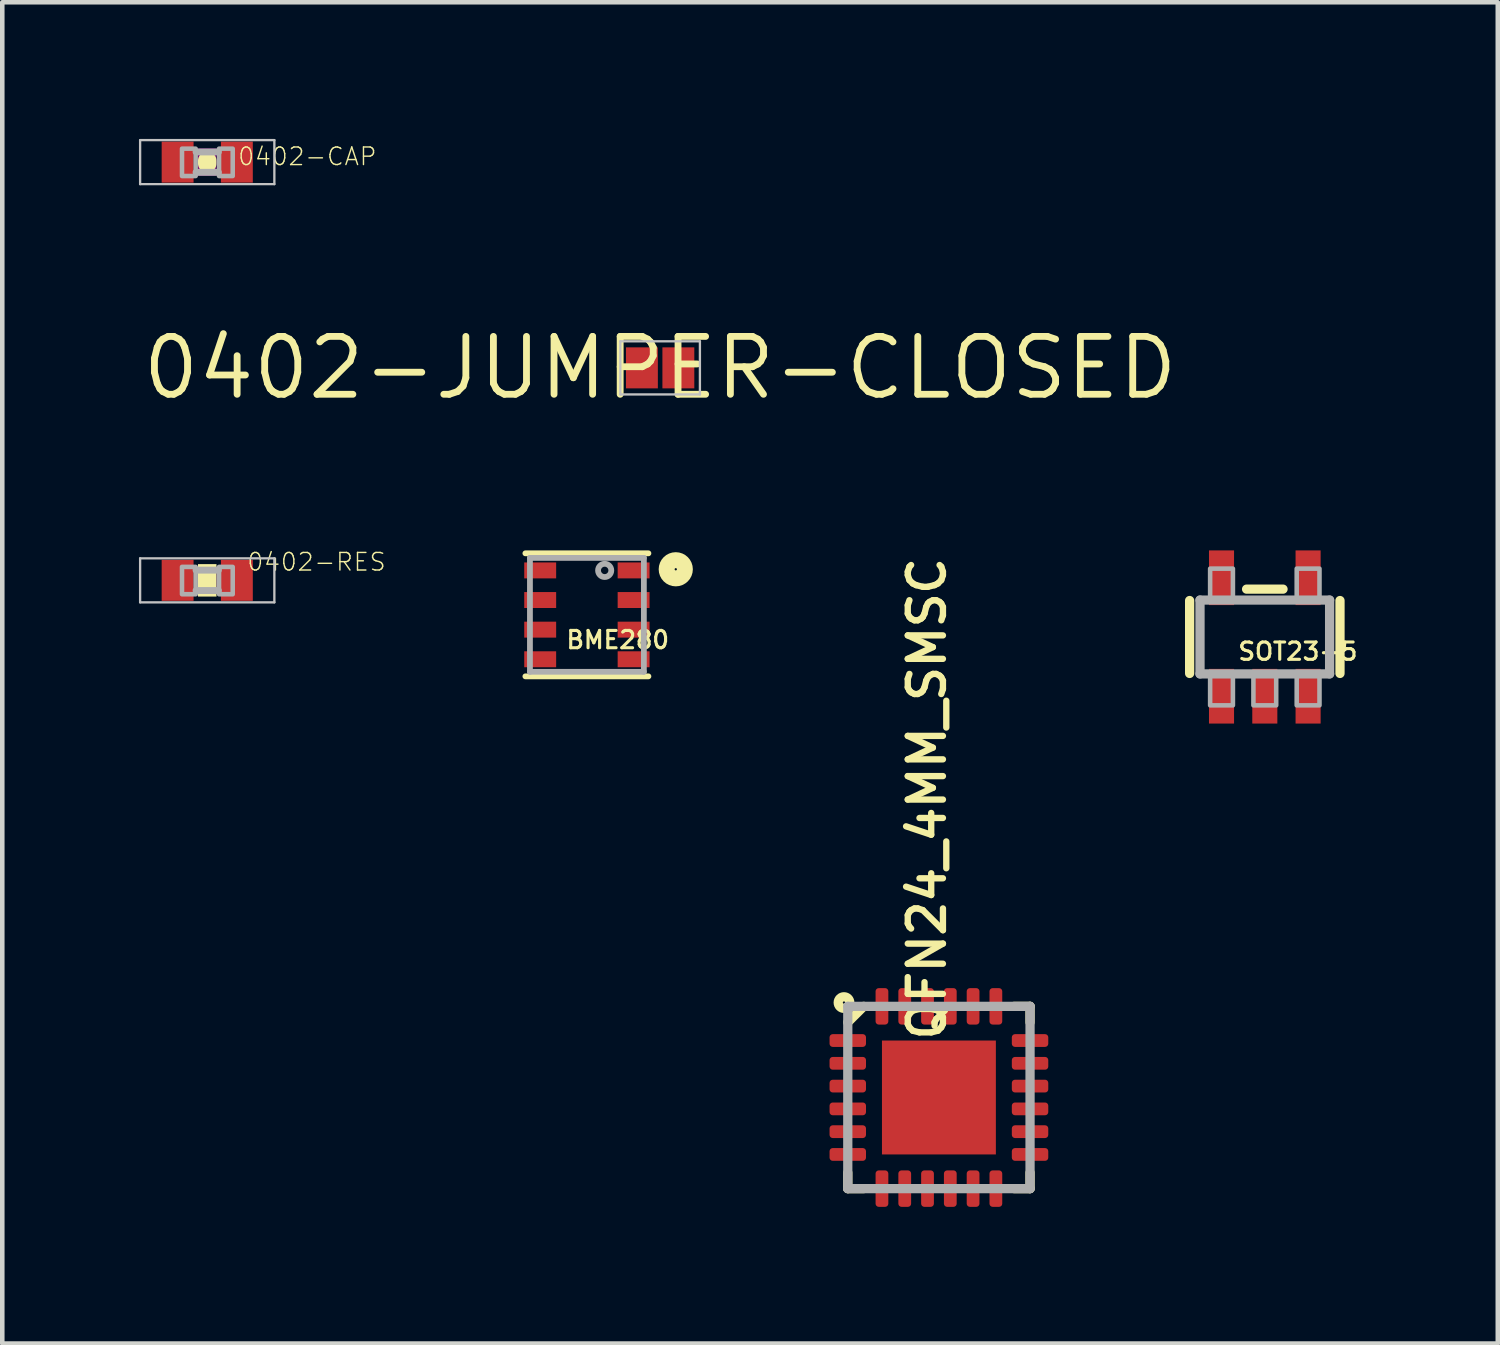
<source format=kicad_pcb>
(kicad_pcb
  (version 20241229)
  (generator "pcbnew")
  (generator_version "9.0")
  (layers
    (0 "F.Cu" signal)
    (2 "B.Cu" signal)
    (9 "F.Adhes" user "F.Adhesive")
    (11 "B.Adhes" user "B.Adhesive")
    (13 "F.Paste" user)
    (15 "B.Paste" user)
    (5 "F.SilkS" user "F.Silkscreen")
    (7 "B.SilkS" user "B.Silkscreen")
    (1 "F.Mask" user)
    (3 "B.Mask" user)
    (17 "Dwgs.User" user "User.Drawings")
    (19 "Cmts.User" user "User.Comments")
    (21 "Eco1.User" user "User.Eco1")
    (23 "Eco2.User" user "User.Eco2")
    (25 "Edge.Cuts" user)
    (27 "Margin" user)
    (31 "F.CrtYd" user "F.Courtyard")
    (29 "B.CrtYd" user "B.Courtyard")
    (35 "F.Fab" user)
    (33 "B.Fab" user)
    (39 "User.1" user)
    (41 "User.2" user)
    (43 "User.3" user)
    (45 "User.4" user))
  (footprint "SOT23-5"
    (layer "F.Cu")
    (at 24.707 10.929)
    (property "Reference" "SOT23-5" (at -0.622 0.54 0) (layer "F.SilkS") (effects (font (size 0.38 0.38) (thickness 0.068)) (justify left bottom)))
    (attr through_hole)
    (fp_line (start -1.65 -0.8) (end -1.65 0.8) (stroke (width 0.203) (type solid)) (layer "F.SilkS"))
    (fp_line (start -0.4 -1.05) (end 0.4 -1.05) (stroke (width 0.203) (type solid)) (layer "F.SilkS"))
    (fp_line (start 1.65 -0.8) (end 1.65 0.8) (stroke (width 0.203) (type solid)) (layer "F.SilkS"))
    (fp_line (start -1.422 -0.81) (end 1.422 -0.81) (stroke (width 0.203) (type solid)) (layer "F.Fab"))
    (fp_line (start -1.422 0.81) (end -1.422 -0.81) (stroke (width 0.203) (type solid)) (layer "F.Fab"))
    (fp_line (start 1.422 -0.81) (end 1.422 0.81) (stroke (width 0.203) (type solid)) (layer "F.Fab"))
    (fp_line (start 1.422 0.81) (end -1.422 0.81) (stroke (width 0.203) (type solid)) (layer "F.Fab"))
    (fp_poly (pts (xy -1.2 -0.85) (xy -0.7 -0.85) (xy -0.7 -1.5) (xy -1.2 -1.5)) (stroke (width 0.1) (type solid)) (fill no) (layer "F.Fab"))
    (fp_poly (pts (xy -1.2 1.5) (xy -0.7 1.5) (xy -0.7 0.85) (xy -1.2 0.85)) (stroke (width 0.1) (type solid)) (fill no) (layer "F.Fab"))
    (fp_poly (pts (xy -0.25 1.5) (xy 0.25 1.5) (xy 0.25 0.85) (xy -0.25 0.85)) (stroke (width 0.1) (type solid)) (fill no) (layer "F.Fab"))
    (fp_poly (pts (xy 0.7 -0.85) (xy 1.2 -0.85) (xy 1.2 -1.5) (xy 0.7 -1.5)) (stroke (width 0.1) (type solid)) (fill no) (layer "F.Fab"))
    (fp_poly (pts (xy 0.7 1.5) (xy 1.2 1.5) (xy 1.2 0.85) (xy 0.7 0.85)) (stroke (width 0.1) (type solid)) (fill no) (layer "F.Fab"))
    (pad "1" smd rect (at -0.95 1.3) (size 0.55 1.2) (layers "F.Cu" "F.Mask" "F.Paste"))
    (pad "2" smd rect (at 0 1.3) (size 0.55 1.2) (layers "F.Cu" "F.Mask" "F.Paste"))
    (pad "3" smd rect (at 0.95 1.3) (size 0.55 1.2) (layers "F.Cu" "F.Mask" "F.Paste"))
    (pad "4" smd rect (at 0.95 -1.3) (size 0.55 1.2) (layers "F.Cu" "F.Mask" "F.Paste"))
    (pad "5" smd rect (at -0.95 -1.3) (size 0.55 1.2) (layers "F.Cu" "F.Mask" "F.Paste")))
  (footprint "0402-JUMPER-CLOSED"
    (layer "F.Cu")
    (at 11.437 5.023)
    (property "Reference" "0402-JUMPER-CLOSED" (at 0 0 0) (layer "F.SilkS") (effects (font (size 1.27 1.27) (thickness 0.15))))
    (attr through_hole)
    (fp_poly (pts (xy -0.75 0.45) (xy 0.75 0.45) (xy 0.75 -0.45) (xy -0.75 -0.45)) (stroke (width 0) (type solid)) (fill yes) (layer "F.Paste"))
    (fp_line (start -0.873 -0.583) (end 0.873 -0.583) (stroke (width 0.051) (type solid)) (layer "Dwgs.User"))
    (fp_line (start -0.873 0.583) (end -0.873 -0.583) (stroke (width 0.051) (type solid)) (layer "Dwgs.User"))
    (fp_line (start 0.873 -0.583) (end 0.873 0.583) (stroke (width 0.051) (type solid)) (layer "Dwgs.User"))
    (fp_line (start 0.873 0.583) (end -0.873 0.583) (stroke (width 0.051) (type solid)) (layer "Dwgs.User"))
    (pad "1" smd rect (at -0.4 0) (size 0.7 0.9) (layers "F.Cu" "F.Mask"))
    (pad "2" smd rect (at 0.4 0) (size 0.7 0.9) (layers "F.Cu" "F.Mask")))
  (footprint "QFN24_4MM_SMSC"
    (layer "F.Cu")
    (at 17.555 21.035)
    (property "Reference" "QFN24_4MM_SMSC" (at 0.19 -1.19 270) (layer "F.SilkS") (effects (font (size 0.772 0.772) (thickness 0.139)) (justify left bottom)))
    (attr through_hole)
    (fp_line (start -2 2) (end -2 1.65) (stroke (width 0.203) (type solid)) (layer "F.SilkS"))
    (fp_line (start -1.65 -2) (end -2 -1.65) (stroke (width 0.203) (type solid)) (layer "F.SilkS"))
    (fp_line (start -1.65 2) (end -2 2) (stroke (width 0.203) (type solid)) (layer "F.SilkS"))
    (fp_line (start 1.65 2) (end 2 2) (stroke (width 0.203) (type solid)) (layer "F.SilkS"))
    (fp_line (start 2 -2) (end 1.65 -2) (stroke (width 0.203) (type solid)) (layer "F.SilkS"))
    (fp_line (start 2 -1.65) (end 2 -2) (stroke (width 0.203) (type solid)) (layer "F.SilkS"))
    (fp_line (start 2 1.65) (end 2 2) (stroke (width 0.203) (type solid)) (layer "F.SilkS"))
    (fp_circle (center -2.083 -2.083) (end -1.956 -2.083) (stroke (width 0.203) (type solid)) (fill no) (layer "F.SilkS"))
    (fp_poly (pts (xy -1.2 -0.6) (xy -0.6 -0.6) (xy -0.6 -1.2) (xy -1.2 -1.2)) (stroke (width 0) (type solid)) (fill yes) (layer "F.Paste"))
    (fp_poly (pts (xy -1.2 0.3) (xy -0.6 0.3) (xy -0.6 -0.3) (xy -1.2 -0.3)) (stroke (width 0) (type solid)) (fill yes) (layer "F.Paste"))
    (fp_poly (pts (xy -1.2 1.2) (xy -0.6 1.2) (xy -0.6 0.6) (xy -1.2 0.6)) (stroke (width 0) (type solid)) (fill yes) (layer "F.Paste"))
    (fp_poly (pts (xy -0.3 -0.6) (xy 0.3 -0.6) (xy 0.3 -1.2) (xy -0.3 -1.2)) (stroke (width 0) (type solid)) (fill yes) (layer "F.Paste"))
    (fp_poly (pts (xy -0.3 0.3) (xy 0.3 0.3) (xy 0.3 -0.3) (xy -0.3 -0.3)) (stroke (width 0) (type solid)) (fill yes) (layer "F.Paste"))
    (fp_poly (pts (xy -0.3 1.2) (xy 0.3 1.2) (xy 0.3 0.6) (xy -0.3 0.6)) (stroke (width 0) (type solid)) (fill yes) (layer "F.Paste"))
    (fp_poly (pts (xy 0.6 -0.6) (xy 1.2 -0.6) (xy 1.2 -1.2) (xy 0.6 -1.2)) (stroke (width 0) (type solid)) (fill yes) (layer "F.Paste"))
    (fp_poly (pts (xy 0.6 0.3) (xy 1.2 0.3) (xy 1.2 -0.3) (xy 0.6 -0.3)) (stroke (width 0) (type solid)) (fill yes) (layer "F.Paste"))
    (fp_poly (pts (xy 0.6 1.2) (xy 1.2 1.2) (xy 1.2 0.6) (xy 0.6 0.6)) (stroke (width 0) (type solid)) (fill yes) (layer "F.Paste"))
    (fp_line (start -2 -2) (end -2 2) (stroke (width 0.203) (type solid)) (layer "F.Fab"))
    (fp_line (start -2 2) (end 2 2) (stroke (width 0.203) (type solid)) (layer "F.Fab"))
    (fp_line (start 2 -2) (end -2 -2) (stroke (width 0.203) (type solid)) (layer "F.Fab"))
    (fp_line (start 2 2) (end 2 -2) (stroke (width 0.203) (type solid)) (layer "F.Fab"))
    (pad "1" smd roundrect (at -2 -1.25 180) (size 0.8 0.28) (layers "F.Cu" "F.Mask" "F.Paste") (roundrect_rratio 0.25))
    (pad "2" smd roundrect (at -2 -0.75 180) (size 0.8 0.28) (layers "F.Cu" "F.Mask" "F.Paste") (roundrect_rratio 0.25))
    (pad "3" smd roundrect (at -2 -0.25 180) (size 0.8 0.28) (layers "F.Cu" "F.Mask" "F.Paste") (roundrect_rratio 0.25))
    (pad "4" smd roundrect (at -2 0.25 180) (size 0.8 0.28) (layers "F.Cu" "F.Mask" "F.Paste") (roundrect_rratio 0.25))
    (pad "5" smd roundrect (at -2 0.75 180) (size 0.8 0.28) (layers "F.Cu" "F.Mask" "F.Paste") (roundrect_rratio 0.25))
    (pad "6" smd roundrect (at -2 1.25 180) (size 0.8 0.28) (layers "F.Cu" "F.Mask" "F.Paste") (roundrect_rratio 0.25))
    (pad "7" smd roundrect (at -1.25 2 90) (size 0.8 0.28) (layers "F.Cu" "F.Mask" "F.Paste") (roundrect_rratio 0.25))
    (pad "8" smd roundrect (at -0.75 2 90) (size 0.8 0.28) (layers "F.Cu" "F.Mask" "F.Paste") (roundrect_rratio 0.25))
    (pad "9" smd roundrect (at -0.25 2 90) (size 0.8 0.28) (layers "F.Cu" "F.Mask" "F.Paste") (roundrect_rratio 0.25))
    (pad "10" smd roundrect (at 0.25 2 90) (size 0.8 0.28) (layers "F.Cu" "F.Mask" "F.Paste") (roundrect_rratio 0.25))
    (pad "11" smd roundrect (at 0.75 2 90) (size 0.8 0.28) (layers "F.Cu" "F.Mask" "F.Paste") (roundrect_rratio 0.25))
    (pad "12" smd roundrect (at 1.25 2 90) (size 0.8 0.28) (layers "F.Cu" "F.Mask" "F.Paste") (roundrect_rratio 0.25))
    (pad "13" smd roundrect (at 2 1.25) (size 0.8 0.28) (layers "F.Cu" "F.Mask" "F.Paste") (roundrect_rratio 0.25))
    (pad "14" smd roundrect (at 2 0.75) (size 0.8 0.28) (layers "F.Cu" "F.Mask" "F.Paste") (roundrect_rratio 0.25))
    (pad "15" smd roundrect (at 2 0.25) (size 0.8 0.28) (layers "F.Cu" "F.Mask" "F.Paste") (roundrect_rratio 0.25))
    (pad "16" smd roundrect (at 2 -0.25) (size 0.8 0.28) (layers "F.Cu" "F.Mask" "F.Paste") (roundrect_rratio 0.25))
    (pad "17" smd roundrect (at 2 -0.75) (size 0.8 0.28) (layers "F.Cu" "F.Mask" "F.Paste") (roundrect_rratio 0.25))
    (pad "18" smd roundrect (at 2 -1.25) (size 0.8 0.28) (layers "F.Cu" "F.Mask" "F.Paste") (roundrect_rratio 0.25))
    (pad "19" smd roundrect (at 1.25 -2 270) (size 0.8 0.28) (layers "F.Cu" "F.Mask" "F.Paste") (roundrect_rratio 0.25))
    (pad "20" smd roundrect (at 0.75 -2 270) (size 0.8 0.28) (layers "F.Cu" "F.Mask" "F.Paste") (roundrect_rratio 0.25))
    (pad "21" smd roundrect (at 0.25 -2 270) (size 0.8 0.28) (layers "F.Cu" "F.Mask" "F.Paste") (roundrect_rratio 0.25))
    (pad "22" smd roundrect (at -0.25 -2 270) (size 0.8 0.28) (layers "F.Cu" "F.Mask" "F.Paste") (roundrect_rratio 0.25))
    (pad "23" smd roundrect (at -0.75 -2 270) (size 0.8 0.28) (layers "F.Cu" "F.Mask" "F.Paste") (roundrect_rratio 0.25))
    (pad "24" smd roundrect (at -1.25 -2 270) (size 0.8 0.28) (layers "F.Cu" "F.Mask" "F.Paste") (roundrect_rratio 0.25))
    (pad "THERM" smd rect (at 0 0) (size 2.5 2.5) (layers "F.Cu" "F.Mask")))
  (footprint "0402-CAP"
    (layer "F.Cu")
    (at 1.498 0.508)
    (property "Reference" "0402-CAP" (at 0.651 0.102 180) (layer "F.SilkS") (effects (font (size 0.386 0.386) (thickness 0.031)) (justify left bottom)))
    (attr through_hole)
    (fp_line (start 0 -0.03) (end 0 0.03) (stroke (width 0.406) (type solid)) (layer "F.SilkS"))
    (fp_poly (pts (xy -0.2 0.3) (xy 0.2 0.3) (xy 0.2 -0.3) (xy -0.2 -0.3)) (stroke (width 0) (type solid)) (fill yes) (layer "F.Adhes"))
    (fp_line (start -1.473 -0.483) (end 1.473 -0.483) (stroke (width 0.051) (type solid)) (layer "Dwgs.User"))
    (fp_line (start -1.473 0.483) (end -1.473 -0.483) (stroke (width 0.051) (type solid)) (layer "Dwgs.User"))
    (fp_line (start 1.473 -0.483) (end 1.473 0.483) (stroke (width 0.051) (type solid)) (layer "Dwgs.User"))
    (fp_line (start 1.473 0.483) (end -1.473 0.483) (stroke (width 0.051) (type solid)) (layer "Dwgs.User"))
    (fp_line (start -0.245 -0.224) (end 0.245 -0.224) (stroke (width 0.152) (type solid)) (layer "F.Fab"))
    (fp_line (start 0.245 0.224) (end -0.245 0.224) (stroke (width 0.152) (type solid)) (layer "F.Fab"))
    (fp_poly (pts (xy -0.554 0.305) (xy -0.254 0.305) (xy -0.254 -0.295) (xy -0.554 -0.295)) (stroke (width 0.1) (type solid)) (fill no) (layer "F.Fab"))
    (fp_poly (pts (xy 0.259 0.305) (xy 0.559 0.305) (xy 0.559 -0.295) (xy 0.259 -0.295)) (stroke (width 0.1) (type solid)) (fill no) (layer "F.Fab"))
    (pad "1" smd rect (at -0.65 0) (size 0.7 0.9) (layers "F.Cu" "F.Mask" "F.Paste"))
    (pad "2" smd rect (at 0.65 0) (size 0.7 0.9) (layers "F.Cu" "F.Mask" "F.Paste")))
  (footprint "0402-RES"
    (layer "F.Cu")
    (at 1.498 9.686)
    (property "Reference" "0402-RES" (at 0.851 -0.178 0) (layer "F.SilkS") (effects (font (size 0.386 0.386) (thickness 0.031)) (justify left bottom)))
    (attr through_hole)
    (fp_poly (pts (xy -0.203 0.356) (xy 0.203 0.356) (xy 0.203 -0.356) (xy -0.203 -0.356)) (stroke (width 0) (type solid)) (fill yes) (layer "F.SilkS"))
    (fp_poly (pts (xy -0.2 0.3) (xy 0.2 0.3) (xy 0.2 -0.3) (xy -0.2 -0.3)) (stroke (width 0) (type solid)) (fill yes) (layer "F.Adhes"))
    (fp_line (start -1.473 -0.483) (end 1.473 -0.483) (stroke (width 0.051) (type solid)) (layer "Dwgs.User"))
    (fp_line (start -1.473 0.483) (end -1.473 -0.483) (stroke (width 0.051) (type solid)) (layer "Dwgs.User"))
    (fp_line (start 1.473 -0.483) (end 1.473 0.483) (stroke (width 0.051) (type solid)) (layer "Dwgs.User"))
    (fp_line (start 1.473 0.483) (end -1.473 0.483) (stroke (width 0.051) (type solid)) (layer "Dwgs.User"))
    (fp_line (start -0.245 -0.224) (end 0.245 -0.224) (stroke (width 0.152) (type solid)) (layer "F.Fab"))
    (fp_line (start 0.245 0.224) (end -0.245 0.224) (stroke (width 0.152) (type solid)) (layer "F.Fab"))
    (fp_poly (pts (xy -0.554 0.305) (xy -0.254 0.305) (xy -0.254 -0.295) (xy -0.554 -0.295)) (stroke (width 0.1) (type solid)) (fill no) (layer "F.Fab"))
    (fp_poly (pts (xy 0.259 0.305) (xy 0.559 0.305) (xy 0.559 -0.295) (xy 0.259 -0.295)) (stroke (width 0.1) (type solid)) (fill no) (layer "F.Fab"))
    (pad "1" smd rect (at -0.65 0) (size 0.7 0.9) (layers "F.Cu" "F.Mask" "F.Paste"))
    (pad "2" smd rect (at 0.65 0) (size 0.7 0.9) (layers "F.Cu" "F.Mask" "F.Paste")))
  (footprint "BME280"
    (layer "F.Cu")
    (at 9.83 10.443)
    (property "Reference" "BME280" (at -0.49 0.772 180) (layer "F.SilkS") (effects (font (size 0.38 0.38) (thickness 0.068)) (justify left bottom)))
    (attr through_hole)
    (fp_line (start -1.35 -1.35) (end 1.35 -1.35) (stroke (width 0.127) (type solid)) (layer "F.SilkS"))
    (fp_line (start -1.35 1.35) (end 1.35 1.35) (stroke (width 0.127) (type solid)) (layer "F.SilkS"))
    (fp_circle (center 1.95 -1) (end 2.15 -1) (stroke (width 0.35) (type solid)) (fill no) (layer "F.SilkS"))
    (fp_line (start -1.25 -1.25) (end 1.25 -1.25) (stroke (width 0.127) (type solid)) (layer "F.Fab"))
    (fp_line (start -1.25 1.25) (end -1.25 -1.25) (stroke (width 0.127) (type solid)) (layer "F.Fab"))
    (fp_line (start 1.25 -1.25) (end 1.25 1.25) (stroke (width 0.127) (type solid)) (layer "F.Fab"))
    (fp_line (start 1.25 1.25) (end -1.25 1.25) (stroke (width 0.127) (type solid)) (layer "F.Fab"))
    (fp_circle (center 0.39 -0.975) (end 0.535 -0.975) (stroke (width 0.127) (type solid)) (fill no) (layer "F.Fab"))
    (pad "1" smd rect (at 1.025 -0.975) (size 0.7 0.35) (layers "F.Cu" "F.Mask" "F.Paste"))
    (pad "2" smd rect (at 1.025 -0.325) (size 0.7 0.35) (layers "F.Cu" "F.Mask" "F.Paste"))
    (pad "3" smd rect (at 1.025 0.325) (size 0.7 0.35) (layers "F.Cu" "F.Mask" "F.Paste"))
    (pad "4" smd rect (at 1.025 0.975) (size 0.7 0.35) (layers "F.Cu" "F.Mask" "F.Paste"))
    (pad "5" smd rect (at -1.025 0.975) (size 0.7 0.35) (layers "F.Cu" "F.Mask" "F.Paste"))
    (pad "6" smd rect (at -1.025 0.325) (size 0.7 0.35) (layers "F.Cu" "F.Mask" "F.Paste"))
    (pad "7" smd rect (at -1.025 -0.325) (size 0.7 0.35) (layers "F.Cu" "F.Mask" "F.Paste"))
    (pad "8" smd rect (at -1.025 -0.975) (size 0.7 0.35) (layers "F.Cu" "F.Mask" "F.Paste")))
  (gr_rect
    (start -3 -3)
    (end 29.82 26.435)
    (stroke (width 0.1) (type default))
    (fill no)
    (layer "Edge.Cuts")))
</source>
